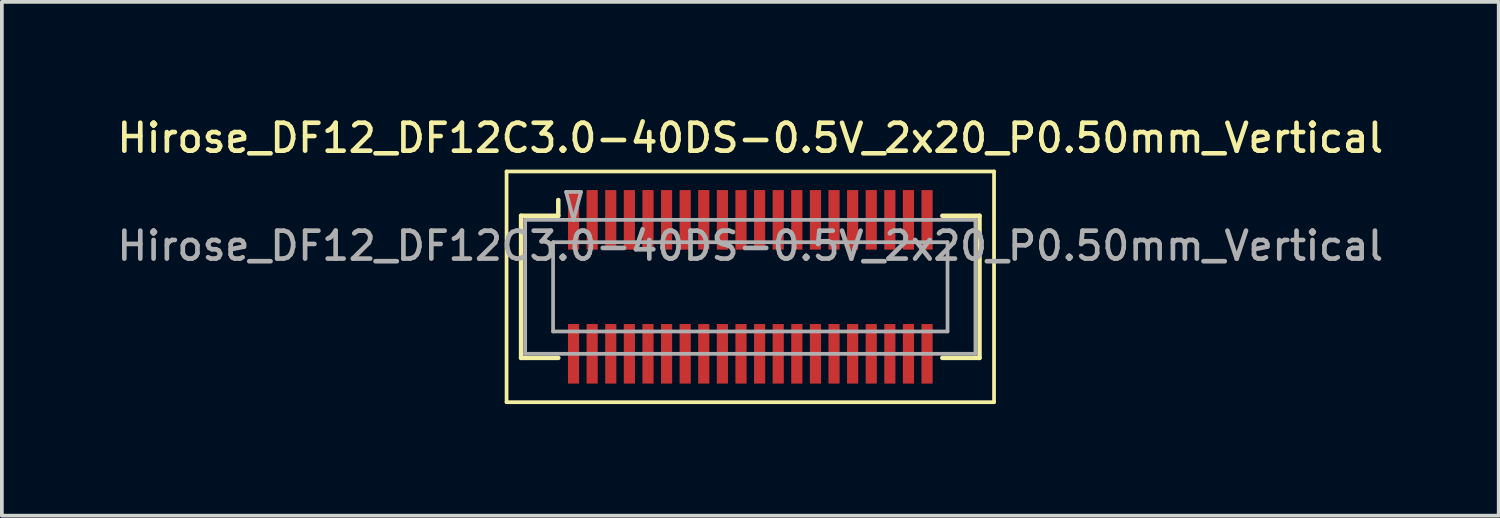
<source format=kicad_pcb>
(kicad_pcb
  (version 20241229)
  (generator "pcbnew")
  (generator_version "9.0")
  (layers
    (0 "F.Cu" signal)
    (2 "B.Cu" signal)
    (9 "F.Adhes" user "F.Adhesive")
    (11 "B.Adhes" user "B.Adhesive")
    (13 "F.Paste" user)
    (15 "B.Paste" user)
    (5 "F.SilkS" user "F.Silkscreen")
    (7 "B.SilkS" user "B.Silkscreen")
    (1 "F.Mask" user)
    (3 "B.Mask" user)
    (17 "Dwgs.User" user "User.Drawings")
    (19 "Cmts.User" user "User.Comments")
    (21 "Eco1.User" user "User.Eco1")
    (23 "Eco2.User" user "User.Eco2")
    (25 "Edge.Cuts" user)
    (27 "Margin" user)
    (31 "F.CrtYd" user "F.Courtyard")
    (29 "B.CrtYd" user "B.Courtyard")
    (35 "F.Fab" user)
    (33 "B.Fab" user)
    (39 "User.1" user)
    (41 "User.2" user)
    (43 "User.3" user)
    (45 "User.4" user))
  (footprint "Hirose_DF12_DF12C3.0-40DS-0.5V_2x20_P0.50mm_Vertical"
    (layer "F.Cu")
    (at 17.113 4.658)
    (property "Reference" "Hirose_DF12_DF12C3.0-40DS-0.5V_2x20_P0.50mm_Vertical" (at 0 -4 0) (layer "F.SilkS") (effects (font (size 0.75 0.75) (thickness 0.125))))
    (attr smd)
    (fp_line (start -6.55 -3.1) (end -6.55 3.1) (stroke (width 0.1) (type solid)) (layer "F.SilkS"))
    (fp_line (start -6.55 3.1) (end 6.55 3.1) (stroke (width 0.1) (type solid)) (layer "F.SilkS"))
    (fp_line (start -6.16 -1.91) (end -5.16 -1.91) (stroke (width 0.12) (type solid)) (layer "F.SilkS"))
    (fp_line (start -6.16 1.91) (end -6.16 -1.91) (stroke (width 0.12) (type solid)) (layer "F.SilkS"))
    (fp_line (start -5.16 -1.91) (end -5.16 -2.333) (stroke (width 0.12) (type solid)) (layer "F.SilkS"))
    (fp_line (start -5.16 1.91) (end -6.16 1.91) (stroke (width 0.12) (type solid)) (layer "F.SilkS"))
    (fp_line (start 5.16 1.91) (end 6.16 1.91) (stroke (width 0.12) (type solid)) (layer "F.SilkS"))
    (fp_line (start 6.16 -1.91) (end 5.16 -1.91) (stroke (width 0.12) (type solid)) (layer "F.SilkS"))
    (fp_line (start 6.16 1.91) (end 6.16 -1.91) (stroke (width 0.12) (type solid)) (layer "F.SilkS"))
    (fp_line (start 6.55 -3.1) (end -6.55 -3.1) (stroke (width 0.1) (type solid)) (layer "F.SilkS"))
    (fp_line (start 6.55 3.1) (end 6.55 -3.1) (stroke (width 0.1) (type solid)) (layer "F.SilkS"))
    (fp_line (start -6.05 -1.8) (end 6.05 -1.8) (stroke (width 0.1) (type solid)) (layer "F.Fab"))
    (fp_line (start -6.05 1.8) (end -6.05 -1.8) (stroke (width 0.1) (type solid)) (layer "F.Fab"))
    (fp_line (start -5.3 -1.2) (end 5.3 -1.2) (stroke (width 0.1) (type solid)) (layer "F.Fab"))
    (fp_line (start -5.3 1.2) (end -5.3 -1.2) (stroke (width 0.1) (type solid)) (layer "F.Fab"))
    (fp_line (start -4.95 -2.55) (end -4.75 -1.8) (stroke (width 0.1) (type solid)) (layer "F.Fab"))
    (fp_line (start -4.75 -1.8) (end -4.55 -2.55) (stroke (width 0.1) (type solid)) (layer "F.Fab"))
    (fp_line (start -4.55 -2.55) (end -4.95 -2.55) (stroke (width 0.1) (type solid)) (layer "F.Fab"))
    (fp_line (start 5.3 -1.2) (end 5.3 1.2) (stroke (width 0.1) (type solid)) (layer "F.Fab"))
    (fp_line (start 5.3 1.2) (end -5.3 1.2) (stroke (width 0.1) (type solid)) (layer "F.Fab"))
    (fp_line (start 6.05 -1.8) (end 6.05 1.8) (stroke (width 0.1) (type solid)) (layer "F.Fab"))
    (fp_line (start 6.05 1.8) (end -6.05 1.8) (stroke (width 0.1) (type solid)) (layer "F.Fab"))
    (fp_text user "${REFERENCE}" (at 0 -1.1 0) (layer "F.Fab") (effects (font (size 0.75 0.75) (thickness 0.125))))
    (pad "" smd rect (at -4.75 -2) (size 0.28 1.2) (layers "F.Paste"))
    (pad "" smd rect (at -4.75 2) (size 0.28 1.2) (layers "F.Paste"))
    (pad "" smd rect (at -4.25 -2) (size 0.28 1.2) (layers "F.Paste"))
    (pad "" smd rect (at -4.25 2) (size 0.28 1.2) (layers "F.Paste"))
    (pad "" smd rect (at -3.75 -2) (size 0.28 1.2) (layers "F.Paste"))
    (pad "" smd rect (at -3.75 2) (size 0.28 1.2) (layers "F.Paste"))
    (pad "" smd rect (at -3.25 -2) (size 0.28 1.2) (layers "F.Paste"))
    (pad "" smd rect (at -3.25 2) (size 0.28 1.2) (layers "F.Paste"))
    (pad "" smd rect (at -2.75 -2) (size 0.28 1.2) (layers "F.Paste"))
    (pad "" smd rect (at -2.75 2) (size 0.28 1.2) (layers "F.Paste"))
    (pad "" smd rect (at -2.25 -2) (size 0.28 1.2) (layers "F.Paste"))
    (pad "" smd rect (at -2.25 2) (size 0.28 1.2) (layers "F.Paste"))
    (pad "" smd rect (at -1.75 -2) (size 0.28 1.2) (layers "F.Paste"))
    (pad "" smd rect (at -1.75 2) (size 0.28 1.2) (layers "F.Paste"))
    (pad "" smd rect (at -1.25 -2) (size 0.28 1.2) (layers "F.Paste"))
    (pad "" smd rect (at -1.25 2) (size 0.28 1.2) (layers "F.Paste"))
    (pad "" smd rect (at -0.75 -2) (size 0.28 1.2) (layers "F.Paste"))
    (pad "" smd rect (at -0.75 2) (size 0.28 1.2) (layers "F.Paste"))
    (pad "" smd rect (at -0.25 -2) (size 0.28 1.2) (layers "F.Paste"))
    (pad "" smd rect (at -0.25 2) (size 0.28 1.2) (layers "F.Paste"))
    (pad "" smd rect (at 0.25 -2) (size 0.28 1.2) (layers "F.Paste"))
    (pad "" smd rect (at 0.25 2) (size 0.28 1.2) (layers "F.Paste"))
    (pad "" smd rect (at 0.75 -2) (size 0.28 1.2) (layers "F.Paste"))
    (pad "" smd rect (at 0.75 2) (size 0.28 1.2) (layers "F.Paste"))
    (pad "" smd rect (at 1.25 -2) (size 0.28 1.2) (layers "F.Paste"))
    (pad "" smd rect (at 1.25 2) (size 0.28 1.2) (layers "F.Paste"))
    (pad "" smd rect (at 1.75 -2) (size 0.28 1.2) (layers "F.Paste"))
    (pad "" smd rect (at 1.75 2) (size 0.28 1.2) (layers "F.Paste"))
    (pad "" smd rect (at 2.25 -2) (size 0.28 1.2) (layers "F.Paste"))
    (pad "" smd rect (at 2.25 2) (size 0.28 1.2) (layers "F.Paste"))
    (pad "" smd rect (at 2.75 -2) (size 0.28 1.2) (layers "F.Paste"))
    (pad "" smd rect (at 2.75 2) (size 0.28 1.2) (layers "F.Paste"))
    (pad "" smd rect (at 3.25 -2) (size 0.28 1.2) (layers "F.Paste"))
    (pad "" smd rect (at 3.25 2) (size 0.28 1.2) (layers "F.Paste"))
    (pad "" smd rect (at 3.75 -2) (size 0.28 1.2) (layers "F.Paste"))
    (pad "" smd rect (at 3.75 2) (size 0.28 1.2) (layers "F.Paste"))
    (pad "" smd rect (at 4.25 -2) (size 0.28 1.2) (layers "F.Paste"))
    (pad "" smd rect (at 4.25 2) (size 0.28 1.2) (layers "F.Paste"))
    (pad "" smd rect (at 4.75 -2) (size 0.28 1.2) (layers "F.Paste"))
    (pad "" smd rect (at 4.75 2) (size 0.28 1.2) (layers "F.Paste"))
    (pad "1" smd rect (at -4.75 -1.8) (size 0.3 1.6) (layers "F.Cu" "F.Mask"))
    (pad "2" smd rect (at -4.25 -1.8) (size 0.3 1.6) (layers "F.Cu" "F.Mask"))
    (pad "3" smd rect (at -3.75 -1.8) (size 0.3 1.6) (layers "F.Cu" "F.Mask"))
    (pad "4" smd rect (at -3.25 -1.8) (size 0.3 1.6) (layers "F.Cu" "F.Mask"))
    (pad "5" smd rect (at -2.75 -1.8) (size 0.3 1.6) (layers "F.Cu" "F.Mask"))
    (pad "6" smd rect (at -2.25 -1.8) (size 0.3 1.6) (layers "F.Cu" "F.Mask"))
    (pad "7" smd rect (at -1.75 -1.8) (size 0.3 1.6) (layers "F.Cu" "F.Mask"))
    (pad "8" smd rect (at -1.25 -1.8) (size 0.3 1.6) (layers "F.Cu" "F.Mask"))
    (pad "9" smd rect (at -0.75 -1.8) (size 0.3 1.6) (layers "F.Cu" "F.Mask"))
    (pad "10" smd rect (at -0.25 -1.8) (size 0.3 1.6) (layers "F.Cu" "F.Mask"))
    (pad "11" smd rect (at 0.25 -1.8) (size 0.3 1.6) (layers "F.Cu" "F.Mask"))
    (pad "12" smd rect (at 0.75 -1.8) (size 0.3 1.6) (layers "F.Cu" "F.Mask"))
    (pad "13" smd rect (at 1.25 -1.8) (size 0.3 1.6) (layers "F.Cu" "F.Mask"))
    (pad "14" smd rect (at 1.75 -1.8) (size 0.3 1.6) (layers "F.Cu" "F.Mask"))
    (pad "15" smd rect (at 2.25 -1.8) (size 0.3 1.6) (layers "F.Cu" "F.Mask"))
    (pad "16" smd rect (at 2.75 -1.8) (size 0.3 1.6) (layers "F.Cu" "F.Mask"))
    (pad "17" smd rect (at 3.25 -1.8) (size 0.3 1.6) (layers "F.Cu" "F.Mask"))
    (pad "18" smd rect (at 3.75 -1.8) (size 0.3 1.6) (layers "F.Cu" "F.Mask"))
    (pad "19" smd rect (at 4.25 -1.8) (size 0.3 1.6) (layers "F.Cu" "F.Mask"))
    (pad "20" smd rect (at 4.75 -1.8) (size 0.3 1.6) (layers "F.Cu" "F.Mask"))
    (pad "21" smd rect (at -4.75 1.8) (size 0.3 1.6) (layers "F.Cu" "F.Mask"))
    (pad "22" smd rect (at -4.25 1.8) (size 0.3 1.6) (layers "F.Cu" "F.Mask"))
    (pad "23" smd rect (at -3.75 1.8) (size 0.3 1.6) (layers "F.Cu" "F.Mask"))
    (pad "24" smd rect (at -3.25 1.8) (size 0.3 1.6) (layers "F.Cu" "F.Mask"))
    (pad "25" smd rect (at -2.75 1.8) (size 0.3 1.6) (layers "F.Cu" "F.Mask"))
    (pad "26" smd rect (at -2.25 1.8) (size 0.3 1.6) (layers "F.Cu" "F.Mask"))
    (pad "27" smd rect (at -1.75 1.8) (size 0.3 1.6) (layers "F.Cu" "F.Mask"))
    (pad "28" smd rect (at -1.25 1.8) (size 0.3 1.6) (layers "F.Cu" "F.Mask"))
    (pad "29" smd rect (at -0.75 1.8) (size 0.3 1.6) (layers "F.Cu" "F.Mask"))
    (pad "30" smd rect (at -0.25 1.8) (size 0.3 1.6) (layers "F.Cu" "F.Mask"))
    (pad "31" smd rect (at 0.25 1.8) (size 0.3 1.6) (layers "F.Cu" "F.Mask"))
    (pad "32" smd rect (at 0.75 1.8) (size 0.3 1.6) (layers "F.Cu" "F.Mask"))
    (pad "33" smd rect (at 1.25 1.8) (size 0.3 1.6) (layers "F.Cu" "F.Mask"))
    (pad "34" smd rect (at 1.75 1.8) (size 0.3 1.6) (layers "F.Cu" "F.Mask"))
    (pad "35" smd rect (at 2.25 1.8) (size 0.3 1.6) (layers "F.Cu" "F.Mask"))
    (pad "36" smd rect (at 2.75 1.8) (size 0.3 1.6) (layers "F.Cu" "F.Mask"))
    (pad "37" smd rect (at 3.25 1.8) (size 0.3 1.6) (layers "F.Cu" "F.Mask"))
    (pad "38" smd rect (at 3.75 1.8) (size 0.3 1.6) (layers "F.Cu" "F.Mask"))
    (pad "39" smd rect (at 4.25 1.8) (size 0.3 1.6) (layers "F.Cu" "F.Mask"))
    (pad "40" smd rect (at 4.75 1.8) (size 0.3 1.6) (layers "F.Cu" "F.Mask")))
  (gr_rect
    (start -3 -3)
    (end 37.225 10.808)
    (stroke (width 0.1) (type default))
    (fill no)
    (layer "Edge.Cuts")))
</source>
